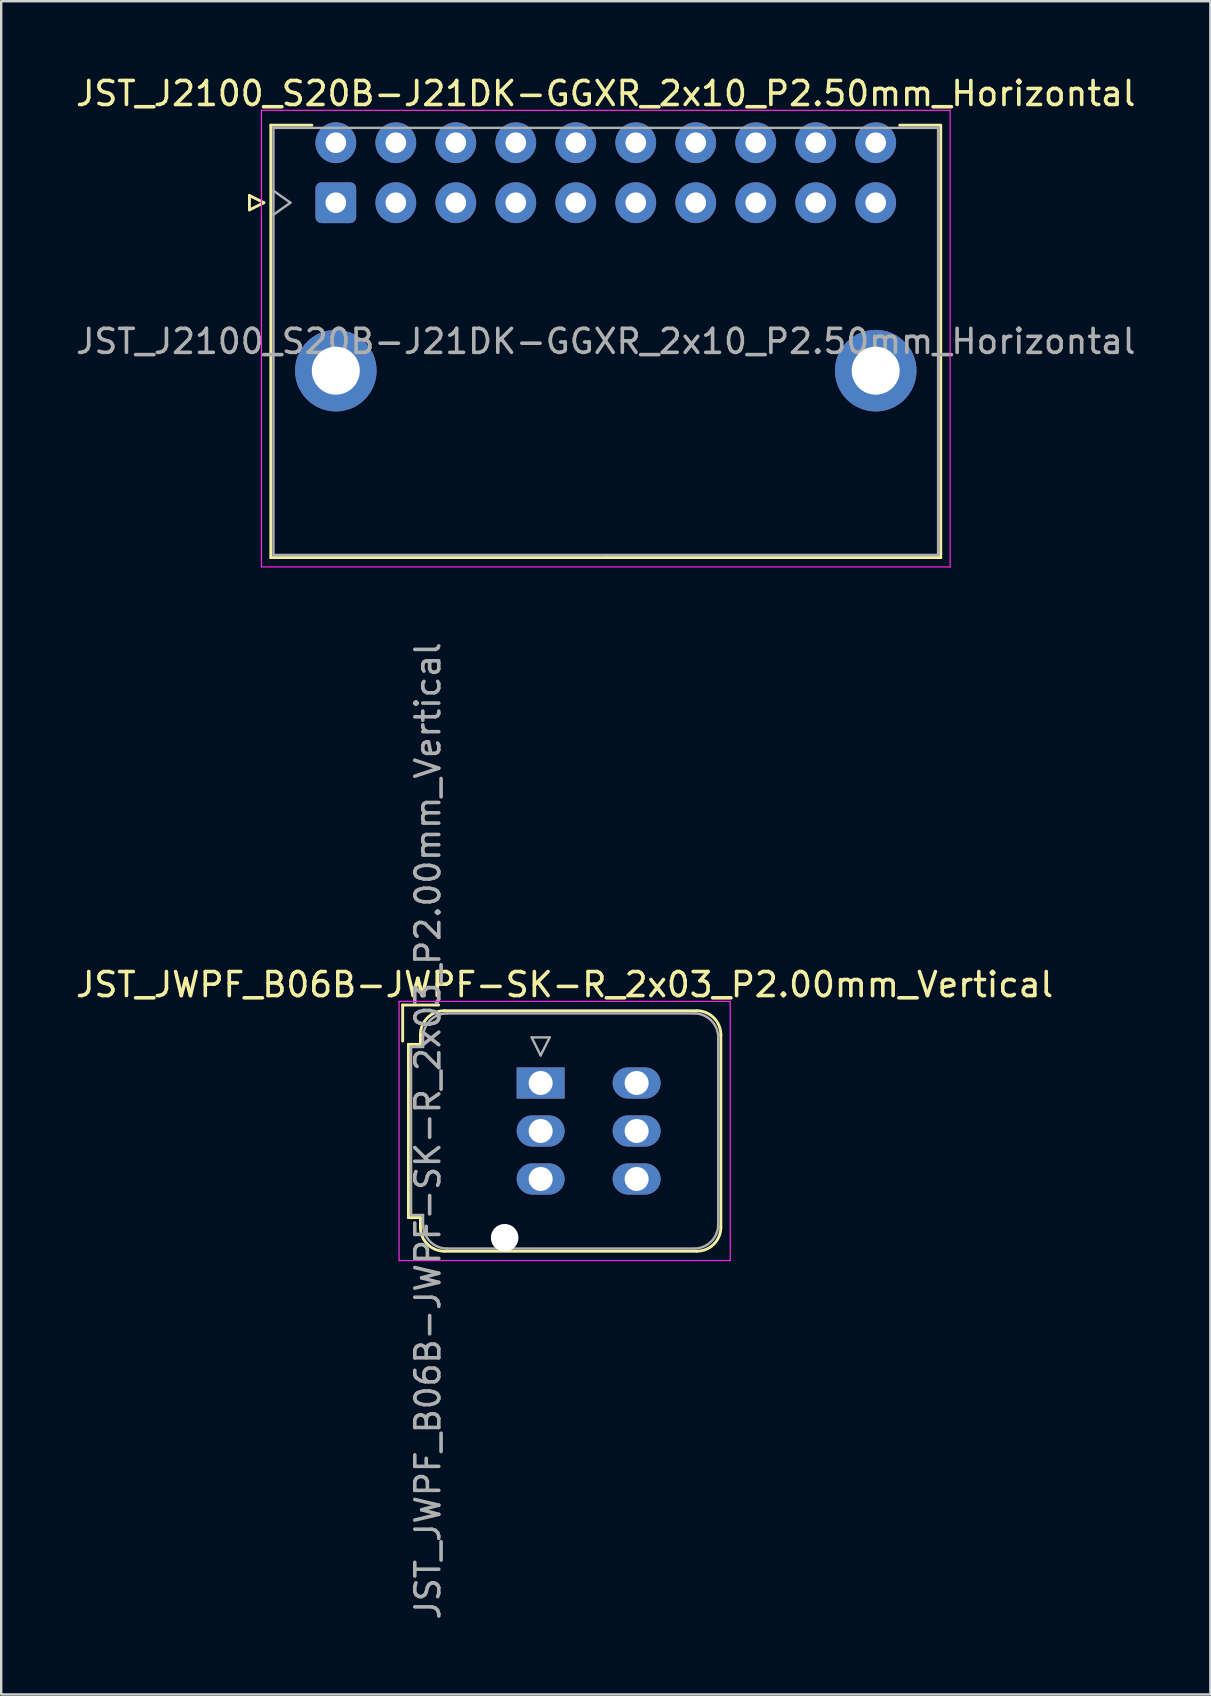
<source format=kicad_pcb>
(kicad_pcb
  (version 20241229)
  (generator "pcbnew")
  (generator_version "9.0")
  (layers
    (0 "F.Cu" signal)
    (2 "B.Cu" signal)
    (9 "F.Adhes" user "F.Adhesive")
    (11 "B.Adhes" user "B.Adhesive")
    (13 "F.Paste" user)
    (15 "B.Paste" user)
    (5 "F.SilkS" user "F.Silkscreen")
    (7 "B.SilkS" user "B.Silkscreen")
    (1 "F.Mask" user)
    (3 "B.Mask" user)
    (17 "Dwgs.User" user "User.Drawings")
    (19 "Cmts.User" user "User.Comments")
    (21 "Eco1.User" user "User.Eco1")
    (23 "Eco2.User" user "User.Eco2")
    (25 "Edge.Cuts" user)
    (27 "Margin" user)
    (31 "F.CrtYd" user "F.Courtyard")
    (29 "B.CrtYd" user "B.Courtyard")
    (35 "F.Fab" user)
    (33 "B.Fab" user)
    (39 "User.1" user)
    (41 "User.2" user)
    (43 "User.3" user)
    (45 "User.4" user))
  (footprint "JST_J2100_S20B-J21DK-GGXR_2x10_P2.50mm_Horizontal"
    (layer "F.Cu")
    (at 10.946 5.398)
    (property "Reference" "JST_J2100_S20B-J21DK-GGXR_2x10_P2.50mm_Horizontal" (at 11.25 -4.55 0) (layer "F.SilkS") (effects (font (size 1 1) (thickness 0.15))))
    (attr through_hole)
    (fp_line (start -3.6 -0.3) (end -3 0) (stroke (width 0.12) (type solid)) (layer "F.SilkS"))
    (fp_line (start -3.6 0.3) (end -3.6 -0.3) (stroke (width 0.12) (type solid)) (layer "F.SilkS"))
    (fp_line (start -3 0) (end -3.6 0.3) (stroke (width 0.12) (type solid)) (layer "F.SilkS"))
    (fp_line (start -2.71 -3.23) (end -2.71 14.79) (stroke (width 0.12) (type solid)) (layer "F.SilkS"))
    (fp_line (start -2.71 14.79) (end 11.25 14.79) (stroke (width 0.12) (type solid)) (layer "F.SilkS"))
    (fp_line (start -1 -3.23) (end -2.71 -3.23) (stroke (width 0.12) (type solid)) (layer "F.SilkS"))
    (fp_line (start 23.5 -3.23) (end 25.21 -3.23) (stroke (width 0.12) (type solid)) (layer "F.SilkS"))
    (fp_line (start 25.21 -3.23) (end 25.21 14.79) (stroke (width 0.12) (type solid)) (layer "F.SilkS"))
    (fp_line (start 25.21 14.79) (end 11.25 14.79) (stroke (width 0.12) (type solid)) (layer "F.SilkS"))
    (fp_line (start -3.1 -3.85) (end -3.1 15.18) (stroke (width 0.05) (type solid)) (layer "F.CrtYd"))
    (fp_line (start -3.1 15.18) (end 25.6 15.18) (stroke (width 0.05) (type solid)) (layer "F.CrtYd"))
    (fp_line (start 25.6 -3.85) (end -3.1 -3.85) (stroke (width 0.05) (type solid)) (layer "F.CrtYd"))
    (fp_line (start 25.6 15.18) (end 25.6 -3.85) (stroke (width 0.05) (type solid)) (layer "F.CrtYd"))
    (fp_line (start -2.6 -3.12) (end -2.6 14.68) (stroke (width 0.1) (type solid)) (layer "F.Fab"))
    (fp_line (start -2.6 0.5) (end -1.893 0) (stroke (width 0.1) (type solid)) (layer "F.Fab"))
    (fp_line (start -2.6 14.68) (end 25.1 14.68) (stroke (width 0.1) (type solid)) (layer "F.Fab"))
    (fp_line (start -1.893 0) (end -2.6 -0.5) (stroke (width 0.1) (type solid)) (layer "F.Fab"))
    (fp_line (start 25.1 -3.12) (end -2.6 -3.12) (stroke (width 0.1) (type solid)) (layer "F.Fab"))
    (fp_line (start 25.1 14.68) (end 25.1 -3.12) (stroke (width 0.1) (type solid)) (layer "F.Fab"))
    (fp_text user "${REFERENCE}" (at 11.25 5.78 0) (layer "F.Fab") (effects (font (size 1 1) (thickness 0.15))))
    (pad "" thru_hole circle (at 0 7) (size 3.4 3.4) (drill 2) (layers "*.Cu" "*.Mask"))
    (pad "" thru_hole circle (at 22.5 7) (size 3.4 3.4) (drill 2) (layers "*.Cu" "*.Mask"))
    (pad "1" thru_hole roundrect (at 0 0) (size 1.7 1.7) (drill 0.86) (layers "*.Cu" "*.Mask") (roundrect_rratio 0.147))
    (pad "2" thru_hole circle (at 2.5 0) (size 1.7 1.7) (drill 0.86) (layers "*.Cu" "*.Mask"))
    (pad "3" thru_hole circle (at 5 0) (size 1.7 1.7) (drill 0.86) (layers "*.Cu" "*.Mask"))
    (pad "4" thru_hole circle (at 7.5 0) (size 1.7 1.7) (drill 0.86) (layers "*.Cu" "*.Mask"))
    (pad "5" thru_hole circle (at 10 0) (size 1.7 1.7) (drill 0.86) (layers "*.Cu" "*.Mask"))
    (pad "6" thru_hole circle (at 12.5 0) (size 1.7 1.7) (drill 0.86) (layers "*.Cu" "*.Mask"))
    (pad "7" thru_hole circle (at 15 0) (size 1.7 1.7) (drill 0.86) (layers "*.Cu" "*.Mask"))
    (pad "8" thru_hole circle (at 17.5 0) (size 1.7 1.7) (drill 0.86) (layers "*.Cu" "*.Mask"))
    (pad "9" thru_hole circle (at 20 0) (size 1.7 1.7) (drill 0.86) (layers "*.Cu" "*.Mask"))
    (pad "10" thru_hole circle (at 22.5 0) (size 1.7 1.7) (drill 0.86) (layers "*.Cu" "*.Mask"))
    (pad "11" thru_hole circle (at 0 -2.5) (size 1.7 1.7) (drill 0.86) (layers "*.Cu" "*.Mask"))
    (pad "12" thru_hole circle (at 2.5 -2.5) (size 1.7 1.7) (drill 0.86) (layers "*.Cu" "*.Mask"))
    (pad "13" thru_hole circle (at 5 -2.5) (size 1.7 1.7) (drill 0.86) (layers "*.Cu" "*.Mask"))
    (pad "14" thru_hole circle (at 7.5 -2.5) (size 1.7 1.7) (drill 0.86) (layers "*.Cu" "*.Mask"))
    (pad "15" thru_hole circle (at 10 -2.5) (size 1.7 1.7) (drill 0.86) (layers "*.Cu" "*.Mask"))
    (pad "16" thru_hole circle (at 12.5 -2.5) (size 1.7 1.7) (drill 0.86) (layers "*.Cu" "*.Mask"))
    (pad "17" thru_hole circle (at 15 -2.5) (size 1.7 1.7) (drill 0.86) (layers "*.Cu" "*.Mask"))
    (pad "18" thru_hole circle (at 17.5 -2.5) (size 1.7 1.7) (drill 0.86) (layers "*.Cu" "*.Mask"))
    (pad "19" thru_hole circle (at 20 -2.5) (size 1.7 1.7) (drill 0.86) (layers "*.Cu" "*.Mask"))
    (pad "20" thru_hole circle (at 22.5 -2.5) (size 1.7 1.7) (drill 0.86) (layers "*.Cu" "*.Mask")))
  (footprint "JST_JWPF_B06B-JWPF-SK-R_2x03_P2.00mm_Vertical"
    (layer "F.Cu")
    (at 19.482 42.085)
    (property "Reference" "JST_JWPF_B06B-JWPF-SK-R_2x03_P2.00mm_Vertical" (at 1 -4.1 0) (layer "F.SilkS") (effects (font (size 1 1) (thickness 0.15))))
    (attr through_hole)
    (fp_line (start -5.75 -3.25) (end -4.25 -3.25) (stroke (width 0.12) (type solid)) (layer "F.SilkS"))
    (fp_line (start -5.75 -1.75) (end -5.75 -3.25) (stroke (width 0.12) (type solid)) (layer "F.SilkS"))
    (fp_line (start -5.51 -1.61) (end -5.51 5.61) (stroke (width 0.12) (type solid)) (layer "F.SilkS"))
    (fp_line (start -5.51 5.61) (end -5.01 5.61) (stroke (width 0.12) (type solid)) (layer "F.SilkS"))
    (fp_line (start -5.01 -2.01) (end -5.01 -1.61) (stroke (width 0.12) (type solid)) (layer "F.SilkS"))
    (fp_line (start -5.01 -1.61) (end -5.51 -1.61) (stroke (width 0.12) (type solid)) (layer "F.SilkS"))
    (fp_line (start -5.01 5.61) (end -5.01 6.01) (stroke (width 0.12) (type solid)) (layer "F.SilkS"))
    (fp_line (start -4.01 -3.01) (end 6.51 -3.01) (stroke (width 0.12) (type solid)) (layer "F.SilkS"))
    (fp_line (start -4.01 7.01) (end 6.51 7.01) (stroke (width 0.12) (type solid)) (layer "F.SilkS"))
    (fp_line (start 7.51 -2.01) (end 7.51 6.01) (stroke (width 0.12) (type solid)) (layer "F.SilkS"))
    (fp_arc (start -5.01 -2.01) (mid -4.717107 -2.717107) (end -4.01 -3.01) (stroke (width 0.12) (type solid)) (layer "F.SilkS"))
    (fp_arc (start -4.01 7.01) (mid -4.717107 6.717107) (end -5.01 6.01) (stroke (width 0.12) (type solid)) (layer "F.SilkS"))
    (fp_arc (start 6.51 -3.01) (mid 7.217107 -2.717107) (end 7.51 -2.01) (stroke (width 0.12) (type solid)) (layer "F.SilkS"))
    (fp_arc (start 7.51 6.01) (mid 7.217107 6.717107) (end 6.51 7.01) (stroke (width 0.12) (type solid)) (layer "F.SilkS"))
    (fp_line (start -5.9 -3.4) (end -5.9 7.4) (stroke (width 0.05) (type solid)) (layer "F.CrtYd"))
    (fp_line (start -5.9 7.4) (end 7.9 7.4) (stroke (width 0.05) (type solid)) (layer "F.CrtYd"))
    (fp_line (start 7.9 -3.4) (end -5.9 -3.4) (stroke (width 0.05) (type solid)) (layer "F.CrtYd"))
    (fp_line (start 7.9 7.4) (end 7.9 -3.4) (stroke (width 0.05) (type solid)) (layer "F.CrtYd"))
    (fp_line (start -5.4 -1.5) (end -5.4 5.5) (stroke (width 0.1) (type solid)) (layer "F.Fab"))
    (fp_line (start -5.4 5.5) (end -4.9 5.5) (stroke (width 0.1) (type solid)) (layer "F.Fab"))
    (fp_line (start -4.9 -1.9) (end -4.9 -1.5) (stroke (width 0.1) (type solid)) (layer "F.Fab"))
    (fp_line (start -4.9 -1.5) (end -5.4 -1.5) (stroke (width 0.1) (type solid)) (layer "F.Fab"))
    (fp_line (start -4.9 5.5) (end -4.9 5.9) (stroke (width 0.1) (type solid)) (layer "F.Fab"))
    (fp_line (start -3.9 -2.9) (end 6.4 -2.9) (stroke (width 0.1) (type solid)) (layer "F.Fab"))
    (fp_line (start -3.9 6.9) (end 6.4 6.9) (stroke (width 0.1) (type solid)) (layer "F.Fab"))
    (fp_line (start -0.375 -1.9) (end 0.375 -1.9) (stroke (width 0.1) (type solid)) (layer "F.Fab"))
    (fp_line (start 0 -1.15) (end -0.375 -1.9) (stroke (width 0.1) (type solid)) (layer "F.Fab"))
    (fp_line (start 0.375 -1.9) (end 0 -1.15) (stroke (width 0.1) (type solid)) (layer "F.Fab"))
    (fp_line (start 7.4 -1.9) (end 7.4 5.9) (stroke (width 0.1) (type solid)) (layer "F.Fab"))
    (fp_arc (start -4.9 -1.9) (mid -4.607107 -2.607107) (end -3.9 -2.9) (stroke (width 0.1) (type solid)) (layer "F.Fab"))
    (fp_arc (start -3.9 6.9) (mid -4.607107 6.607107) (end -4.9 5.9) (stroke (width 0.1) (type solid)) (layer "F.Fab"))
    (fp_arc (start 6.4 -2.9) (mid 7.107107 -2.607107) (end 7.4 -1.9) (stroke (width 0.1) (type solid)) (layer "F.Fab"))
    (fp_arc (start 7.4 5.9) (mid 7.107107 6.607107) (end 6.4 6.9) (stroke (width 0.1) (type solid)) (layer "F.Fab"))
    (fp_text user "${REFERENCE}" (at -4.7 2 90) (layer "F.Fab") (effects (font (size 1 1) (thickness 0.15))))
    (pad "" np_thru_hole circle (at -1.5 6.45) (size 1.15 1.15) (drill 1.15) (layers "*.Cu" "*.Mask"))
    (pad "1" thru_hole rect (at 0 0) (size 2 1.3) (drill 1) (layers "*.Cu" "*.Mask"))
    (pad "2" thru_hole oval (at 0 2) (size 2 1.3) (drill 1) (layers "*.Cu" "*.Mask"))
    (pad "3" thru_hole oval (at 0 4) (size 2 1.3) (drill 1) (layers "*.Cu" "*.Mask"))
    (pad "4" thru_hole oval (at 4 0) (size 2 1.3) (drill 1) (layers "*.Cu" "*.Mask"))
    (pad "5" thru_hole oval (at 4 2) (size 2 1.3) (drill 1) (layers "*.Cu" "*.Mask"))
    (pad "6" thru_hole oval (at 4 4) (size 2 1.3) (drill 1) (layers "*.Cu" "*.Mask")))
  (gr_rect
    (start -3 -3)
    (end 47.393 67.568)
    (stroke (width 0.1) (type default))
    (fill no)
    (layer "Edge.Cuts")))
</source>
